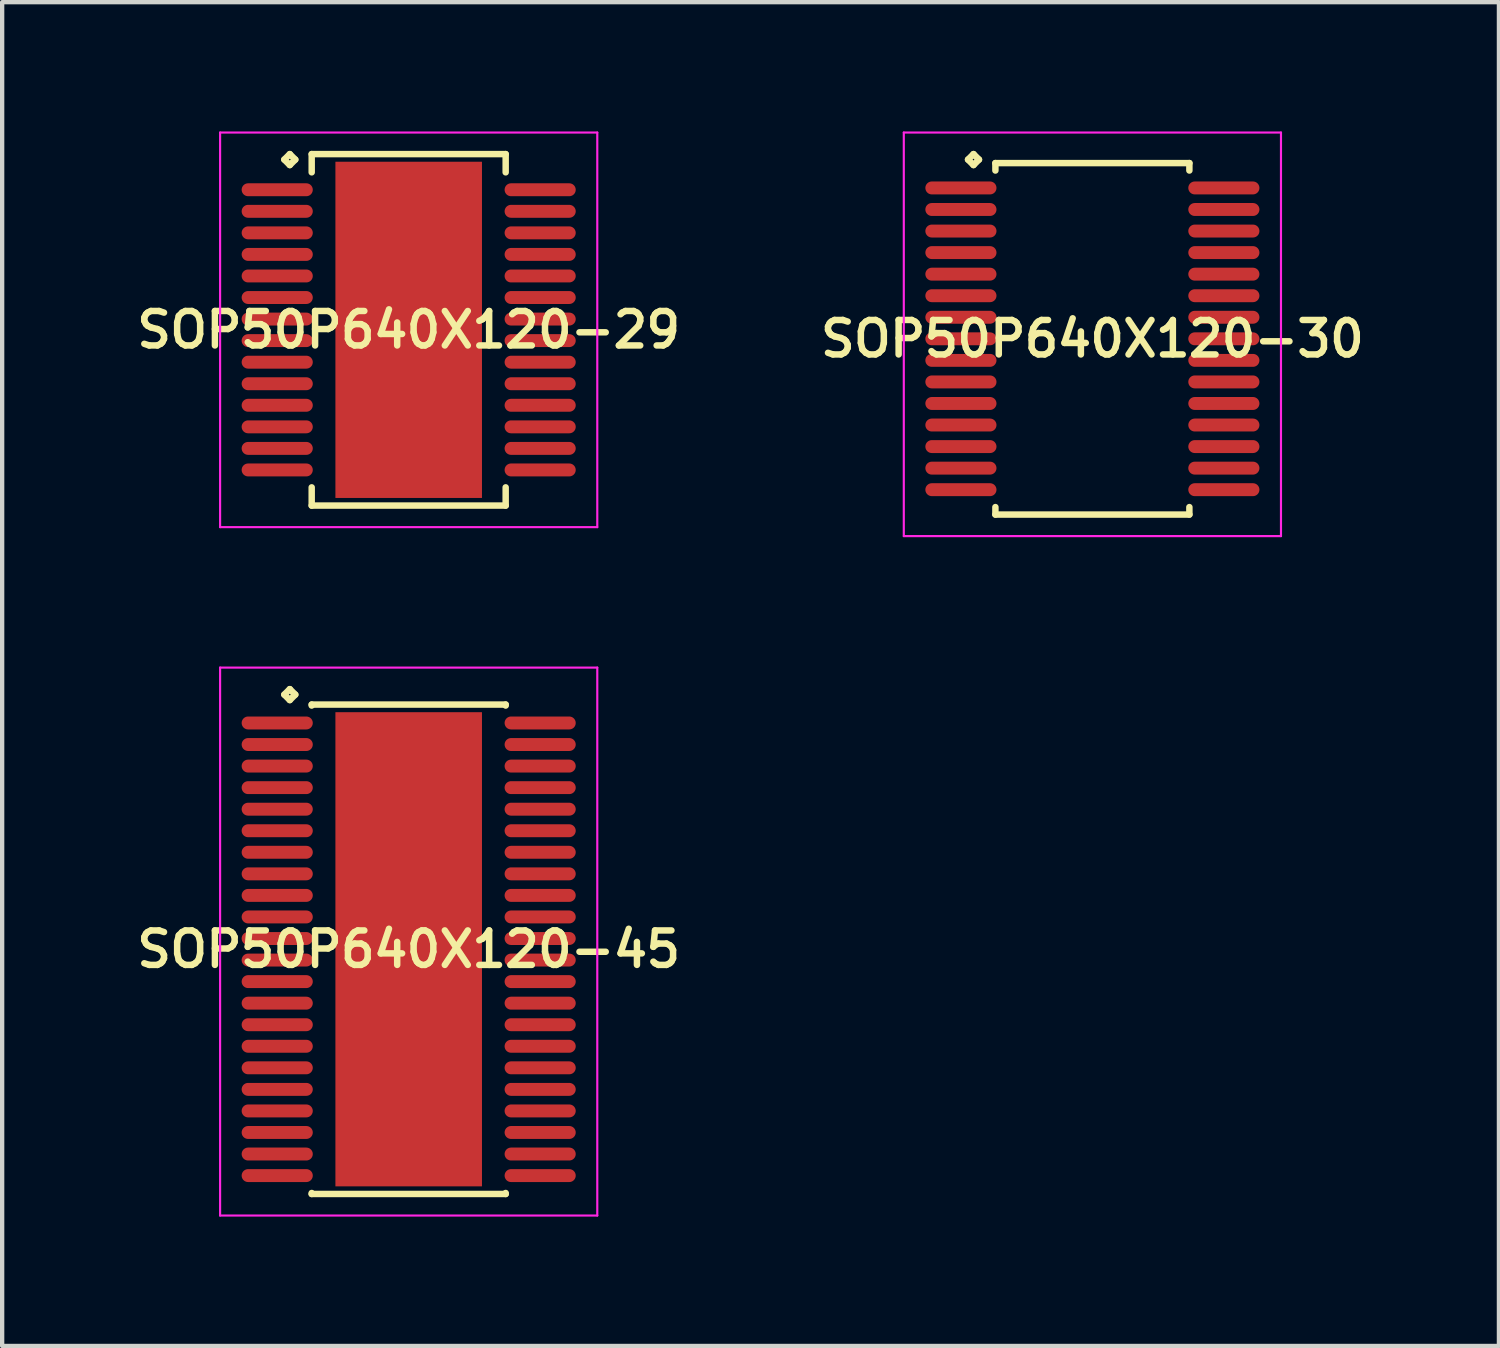
<source format=kicad_pcb>
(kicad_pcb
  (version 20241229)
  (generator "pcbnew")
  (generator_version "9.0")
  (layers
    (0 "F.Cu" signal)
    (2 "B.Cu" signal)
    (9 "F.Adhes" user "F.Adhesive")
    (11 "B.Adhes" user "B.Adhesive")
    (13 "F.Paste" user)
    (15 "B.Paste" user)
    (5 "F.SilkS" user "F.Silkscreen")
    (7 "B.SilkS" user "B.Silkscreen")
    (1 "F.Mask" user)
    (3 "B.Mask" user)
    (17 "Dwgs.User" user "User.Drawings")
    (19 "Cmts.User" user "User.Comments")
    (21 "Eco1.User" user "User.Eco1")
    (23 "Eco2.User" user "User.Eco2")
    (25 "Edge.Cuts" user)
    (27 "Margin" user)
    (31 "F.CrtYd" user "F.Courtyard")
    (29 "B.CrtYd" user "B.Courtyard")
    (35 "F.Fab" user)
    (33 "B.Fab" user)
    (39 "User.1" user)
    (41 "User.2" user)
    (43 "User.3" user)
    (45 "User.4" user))
  (footprint "SOP50P640X120-45"
    (layer "F.Cu")
    (at 6.431 18.972)
    (property "Reference" "SOP50P640X120-45" (at 0 0 0) (layer "F.SilkS") (effects (font (size 0.8 0.8) (thickness 0.15))))
    (attr smd)
    (fp_line (start -2.885 -5.908) (end -2.758 -6.035) (stroke (width 0.15) (type solid)) (layer "F.SilkS"))
    (fp_line (start -2.758 -6.035) (end -2.631 -5.908) (stroke (width 0.15) (type solid)) (layer "F.SilkS"))
    (fp_line (start -2.758 -5.781) (end -2.885 -5.908) (stroke (width 0.15) (type solid)) (layer "F.SilkS"))
    (fp_line (start -2.631 -5.908) (end -2.758 -5.781) (stroke (width 0.15) (type solid)) (layer "F.SilkS"))
    (fp_line (start -2.25 -5.677) (end 2.25 -5.677) (stroke (width 0.15) (type solid)) (layer "F.SilkS"))
    (fp_line (start -2.25 -5.654) (end -2.25 -5.677) (stroke (width 0.15) (type solid)) (layer "F.SilkS"))
    (fp_line (start -2.25 5.654) (end -2.25 5.677) (stroke (width 0.15) (type solid)) (layer "F.SilkS"))
    (fp_line (start -2.25 5.677) (end 2.25 5.677) (stroke (width 0.15) (type solid)) (layer "F.SilkS"))
    (fp_line (start 2.25 -5.677) (end 2.25 -5.654) (stroke (width 0.15) (type solid)) (layer "F.SilkS"))
    (fp_line (start 2.25 5.677) (end 2.25 5.654) (stroke (width 0.15) (type solid)) (layer "F.SilkS"))
    (fp_line (start -4.375 -6.535) (end 4.375 -6.535) (stroke (width 0.05) (type solid)) (layer "F.CrtYd"))
    (fp_line (start -4.375 6.177) (end -4.375 -6.535) (stroke (width 0.05) (type solid)) (layer "F.CrtYd"))
    (fp_line (start 4.375 -6.535) (end 4.375 6.177) (stroke (width 0.05) (type solid)) (layer "F.CrtYd"))
    (fp_line (start 4.375 6.177) (end -4.375 6.177) (stroke (width 0.05) (type solid)) (layer "F.CrtYd"))
    (pad "1" smd oval (at -3.05 -5.25) (size 1.65 0.3) (layers "F.Cu" "F.Mask" "F.Paste"))
    (pad "2" smd oval (at -3.05 -4.75) (size 1.65 0.3) (layers "F.Cu" "F.Mask" "F.Paste"))
    (pad "3" smd oval (at -3.05 -4.25) (size 1.65 0.3) (layers "F.Cu" "F.Mask" "F.Paste"))
    (pad "4" smd oval (at -3.05 -3.75) (size 1.65 0.3) (layers "F.Cu" "F.Mask" "F.Paste"))
    (pad "5" smd oval (at -3.05 -3.25) (size 1.65 0.3) (layers "F.Cu" "F.Mask" "F.Paste"))
    (pad "6" smd oval (at -3.05 -2.75) (size 1.65 0.3) (layers "F.Cu" "F.Mask" "F.Paste"))
    (pad "7" smd oval (at -3.05 -2.25) (size 1.65 0.3) (layers "F.Cu" "F.Mask" "F.Paste"))
    (pad "8" smd oval (at -3.05 -1.75) (size 1.65 0.3) (layers "F.Cu" "F.Mask" "F.Paste"))
    (pad "9" smd oval (at -3.05 -1.25) (size 1.65 0.3) (layers "F.Cu" "F.Mask" "F.Paste"))
    (pad "10" smd oval (at -3.05 -0.75) (size 1.65 0.3) (layers "F.Cu" "F.Mask" "F.Paste"))
    (pad "11" smd oval (at -3.05 -0.25) (size 1.65 0.3) (layers "F.Cu" "F.Mask" "F.Paste"))
    (pad "12" smd oval (at -3.05 0.25) (size 1.65 0.3) (layers "F.Cu" "F.Mask" "F.Paste"))
    (pad "13" smd oval (at -3.05 0.75) (size 1.65 0.3) (layers "F.Cu" "F.Mask" "F.Paste"))
    (pad "14" smd oval (at -3.05 1.25) (size 1.65 0.3) (layers "F.Cu" "F.Mask" "F.Paste"))
    (pad "15" smd oval (at -3.05 1.75) (size 1.65 0.3) (layers "F.Cu" "F.Mask" "F.Paste"))
    (pad "16" smd oval (at -3.05 2.25) (size 1.65 0.3) (layers "F.Cu" "F.Mask" "F.Paste"))
    (pad "17" smd oval (at -3.05 2.75) (size 1.65 0.3) (layers "F.Cu" "F.Mask" "F.Paste"))
    (pad "18" smd oval (at -3.05 3.25) (size 1.65 0.3) (layers "F.Cu" "F.Mask" "F.Paste"))
    (pad "19" smd oval (at -3.05 3.75) (size 1.65 0.3) (layers "F.Cu" "F.Mask" "F.Paste"))
    (pad "20" smd oval (at -3.05 4.25) (size 1.65 0.3) (layers "F.Cu" "F.Mask" "F.Paste"))
    (pad "21" smd oval (at -3.05 4.75) (size 1.65 0.3) (layers "F.Cu" "F.Mask" "F.Paste"))
    (pad "22" smd oval (at -3.05 5.25) (size 1.65 0.3) (layers "F.Cu" "F.Mask" "F.Paste"))
    (pad "23" smd oval (at 3.05 5.25) (size 1.65 0.3) (layers "F.Cu" "F.Mask" "F.Paste"))
    (pad "24" smd oval (at 3.05 4.75) (size 1.65 0.3) (layers "F.Cu" "F.Mask" "F.Paste"))
    (pad "25" smd oval (at 3.05 4.25) (size 1.65 0.3) (layers "F.Cu" "F.Mask" "F.Paste"))
    (pad "26" smd oval (at 3.05 3.75) (size 1.65 0.3) (layers "F.Cu" "F.Mask" "F.Paste"))
    (pad "27" smd oval (at 3.05 3.25) (size 1.65 0.3) (layers "F.Cu" "F.Mask" "F.Paste"))
    (pad "28" smd oval (at 3.05 2.75) (size 1.65 0.3) (layers "F.Cu" "F.Mask" "F.Paste"))
    (pad "29" smd oval (at 3.05 2.25) (size 1.65 0.3) (layers "F.Cu" "F.Mask" "F.Paste"))
    (pad "30" smd oval (at 3.05 1.75) (size 1.65 0.3) (layers "F.Cu" "F.Mask" "F.Paste"))
    (pad "31" smd oval (at 3.05 1.25) (size 1.65 0.3) (layers "F.Cu" "F.Mask" "F.Paste"))
    (pad "32" smd oval (at 3.05 0.75) (size 1.65 0.3) (layers "F.Cu" "F.Mask" "F.Paste"))
    (pad "33" smd oval (at 3.05 0.25) (size 1.65 0.3) (layers "F.Cu" "F.Mask" "F.Paste"))
    (pad "34" smd oval (at 3.05 -0.25) (size 1.65 0.3) (layers "F.Cu" "F.Mask" "F.Paste"))
    (pad "35" smd oval (at 3.05 -0.75) (size 1.65 0.3) (layers "F.Cu" "F.Mask" "F.Paste"))
    (pad "36" smd oval (at 3.05 -1.25) (size 1.65 0.3) (layers "F.Cu" "F.Mask" "F.Paste"))
    (pad "37" smd oval (at 3.05 -1.75) (size 1.65 0.3) (layers "F.Cu" "F.Mask" "F.Paste"))
    (pad "38" smd oval (at 3.05 -2.25) (size 1.65 0.3) (layers "F.Cu" "F.Mask" "F.Paste"))
    (pad "39" smd oval (at 3.05 -2.75) (size 1.65 0.3) (layers "F.Cu" "F.Mask" "F.Paste"))
    (pad "40" smd oval (at 3.05 -3.25) (size 1.65 0.3) (layers "F.Cu" "F.Mask" "F.Paste"))
    (pad "41" smd oval (at 3.05 -3.75) (size 1.65 0.3) (layers "F.Cu" "F.Mask" "F.Paste"))
    (pad "42" smd oval (at 3.05 -4.25) (size 1.65 0.3) (layers "F.Cu" "F.Mask" "F.Paste"))
    (pad "43" smd oval (at 3.05 -4.75) (size 1.65 0.3) (layers "F.Cu" "F.Mask" "F.Paste"))
    (pad "44" smd oval (at 3.05 -5.25) (size 1.65 0.3) (layers "F.Cu" "F.Mask" "F.Paste"))
    (pad "45" smd rect (at 0 0) (size 3.4 11) (layers "F.Cu" "F.Mask" "F.Paste")))
  (footprint "SOP50P640X120-29"
    (layer "F.Cu")
    (at 6.431 4.602)
    (property "Reference" "SOP50P640X120-29" (at 0 0 0) (layer "F.SilkS") (effects (font (size 0.8 0.8) (thickness 0.15))))
    (attr smd)
    (fp_line (start -2.885 -3.95) (end -2.758 -4.077) (stroke (width 0.15) (type solid)) (layer "F.SilkS"))
    (fp_line (start -2.758 -4.077) (end -2.631 -3.95) (stroke (width 0.15) (type solid)) (layer "F.SilkS"))
    (fp_line (start -2.758 -3.823) (end -2.885 -3.95) (stroke (width 0.15) (type solid)) (layer "F.SilkS"))
    (fp_line (start -2.631 -3.95) (end -2.758 -3.823) (stroke (width 0.15) (type solid)) (layer "F.SilkS"))
    (fp_line (start -2.25 -4.077) (end 2.25 -4.077) (stroke (width 0.15) (type solid)) (layer "F.SilkS"))
    (fp_line (start -2.25 -3.654) (end -2.25 -4.077) (stroke (width 0.15) (type solid)) (layer "F.SilkS"))
    (fp_line (start -2.25 3.654) (end -2.25 4.077) (stroke (width 0.15) (type solid)) (layer "F.SilkS"))
    (fp_line (start -2.25 4.077) (end 2.25 4.077) (stroke (width 0.15) (type solid)) (layer "F.SilkS"))
    (fp_line (start 2.25 -4.077) (end 2.25 -3.654) (stroke (width 0.15) (type solid)) (layer "F.SilkS"))
    (fp_line (start 2.25 4.077) (end 2.25 3.654) (stroke (width 0.15) (type solid)) (layer "F.SilkS"))
    (fp_line (start -4.375 -4.577) (end 4.375 -4.577) (stroke (width 0.05) (type solid)) (layer "F.CrtYd"))
    (fp_line (start -4.375 4.577) (end -4.375 -4.577) (stroke (width 0.05) (type solid)) (layer "F.CrtYd"))
    (fp_line (start 4.375 -4.577) (end 4.375 4.577) (stroke (width 0.05) (type solid)) (layer "F.CrtYd"))
    (fp_line (start 4.375 4.577) (end -4.375 4.577) (stroke (width 0.05) (type solid)) (layer "F.CrtYd"))
    (pad "1" smd oval (at -3.05 -3.25) (size 1.65 0.3) (layers "F.Cu" "F.Mask" "F.Paste"))
    (pad "2" smd oval (at -3.05 -2.75) (size 1.65 0.3) (layers "F.Cu" "F.Mask" "F.Paste"))
    (pad "3" smd oval (at -3.05 -2.25) (size 1.65 0.3) (layers "F.Cu" "F.Mask" "F.Paste"))
    (pad "4" smd oval (at -3.05 -1.75) (size 1.65 0.3) (layers "F.Cu" "F.Mask" "F.Paste"))
    (pad "5" smd oval (at -3.05 -1.25) (size 1.65 0.3) (layers "F.Cu" "F.Mask" "F.Paste"))
    (pad "6" smd oval (at -3.05 -0.75) (size 1.65 0.3) (layers "F.Cu" "F.Mask" "F.Paste"))
    (pad "7" smd oval (at -3.05 -0.25) (size 1.65 0.3) (layers "F.Cu" "F.Mask" "F.Paste"))
    (pad "8" smd oval (at -3.05 0.25) (size 1.65 0.3) (layers "F.Cu" "F.Mask" "F.Paste"))
    (pad "9" smd oval (at -3.05 0.75) (size 1.65 0.3) (layers "F.Cu" "F.Mask" "F.Paste"))
    (pad "10" smd oval (at -3.05 1.25) (size 1.65 0.3) (layers "F.Cu" "F.Mask" "F.Paste"))
    (pad "11" smd oval (at -3.05 1.75) (size 1.65 0.3) (layers "F.Cu" "F.Mask" "F.Paste"))
    (pad "12" smd oval (at -3.05 2.25) (size 1.65 0.3) (layers "F.Cu" "F.Mask" "F.Paste"))
    (pad "13" smd oval (at -3.05 2.75) (size 1.65 0.3) (layers "F.Cu" "F.Mask" "F.Paste"))
    (pad "14" smd oval (at -3.05 3.25) (size 1.65 0.3) (layers "F.Cu" "F.Mask" "F.Paste"))
    (pad "15" smd oval (at 3.05 3.25) (size 1.65 0.3) (layers "F.Cu" "F.Mask" "F.Paste"))
    (pad "16" smd oval (at 3.05 2.75) (size 1.65 0.3) (layers "F.Cu" "F.Mask" "F.Paste"))
    (pad "17" smd oval (at 3.05 2.25) (size 1.65 0.3) (layers "F.Cu" "F.Mask" "F.Paste"))
    (pad "18" smd oval (at 3.05 1.75) (size 1.65 0.3) (layers "F.Cu" "F.Mask" "F.Paste"))
    (pad "19" smd oval (at 3.05 1.25) (size 1.65 0.3) (layers "F.Cu" "F.Mask" "F.Paste"))
    (pad "20" smd oval (at 3.05 0.75) (size 1.65 0.3) (layers "F.Cu" "F.Mask" "F.Paste"))
    (pad "21" smd oval (at 3.05 0.25) (size 1.65 0.3) (layers "F.Cu" "F.Mask" "F.Paste"))
    (pad "22" smd oval (at 3.05 -0.25) (size 1.65 0.3) (layers "F.Cu" "F.Mask" "F.Paste"))
    (pad "23" smd oval (at 3.05 -0.75) (size 1.65 0.3) (layers "F.Cu" "F.Mask" "F.Paste"))
    (pad "24" smd oval (at 3.05 -1.25) (size 1.65 0.3) (layers "F.Cu" "F.Mask" "F.Paste"))
    (pad "25" smd oval (at 3.05 -1.75) (size 1.65 0.3) (layers "F.Cu" "F.Mask" "F.Paste"))
    (pad "26" smd oval (at 3.05 -2.25) (size 1.65 0.3) (layers "F.Cu" "F.Mask" "F.Paste"))
    (pad "27" smd oval (at 3.05 -2.75) (size 1.65 0.3) (layers "F.Cu" "F.Mask" "F.Paste"))
    (pad "28" smd oval (at 3.05 -3.25) (size 1.65 0.3) (layers "F.Cu" "F.Mask" "F.Paste"))
    (pad "29" smd rect (at 0 0) (size 3.4 7.8) (layers "F.Cu" "F.Mask" "F.Paste")))
  (footprint "SOP50P640X120-30"
    (layer "F.Cu")
    (at 22.292 4.81)
    (property "Reference" "SOP50P640X120-30" (at 0 0 0) (layer "F.SilkS") (effects (font (size 0.8 0.8) (thickness 0.15))))
    (attr smd)
    (fp_line (start -2.885 -4.158) (end -2.758 -4.285) (stroke (width 0.15) (type solid)) (layer "F.SilkS"))
    (fp_line (start -2.758 -4.285) (end -2.631 -4.158) (stroke (width 0.15) (type solid)) (layer "F.SilkS"))
    (fp_line (start -2.758 -4.031) (end -2.885 -4.158) (stroke (width 0.15) (type solid)) (layer "F.SilkS"))
    (fp_line (start -2.631 -4.158) (end -2.758 -4.031) (stroke (width 0.15) (type solid)) (layer "F.SilkS"))
    (fp_line (start -2.25 -4.077) (end 2.25 -4.077) (stroke (width 0.15) (type solid)) (layer "F.SilkS"))
    (fp_line (start -2.25 -3.904) (end -2.25 -4.077) (stroke (width 0.15) (type solid)) (layer "F.SilkS"))
    (fp_line (start -2.25 3.904) (end -2.25 4.077) (stroke (width 0.15) (type solid)) (layer "F.SilkS"))
    (fp_line (start -2.25 4.077) (end 2.25 4.077) (stroke (width 0.15) (type solid)) (layer "F.SilkS"))
    (fp_line (start 2.25 -4.077) (end 2.25 -3.904) (stroke (width 0.15) (type solid)) (layer "F.SilkS"))
    (fp_line (start 2.25 4.077) (end 2.25 3.904) (stroke (width 0.15) (type solid)) (layer "F.SilkS"))
    (fp_line (start -4.375 -4.785) (end 4.375 -4.785) (stroke (width 0.05) (type solid)) (layer "F.CrtYd"))
    (fp_line (start -4.375 4.577) (end -4.375 -4.785) (stroke (width 0.05) (type solid)) (layer "F.CrtYd"))
    (fp_line (start 4.375 -4.785) (end 4.375 4.577) (stroke (width 0.05) (type solid)) (layer "F.CrtYd"))
    (fp_line (start 4.375 4.577) (end -4.375 4.577) (stroke (width 0.05) (type solid)) (layer "F.CrtYd"))
    (pad "1" smd oval (at -3.05 -3.5) (size 1.65 0.3) (layers "F.Cu" "F.Mask" "F.Paste"))
    (pad "2" smd oval (at -3.05 -3) (size 1.65 0.3) (layers "F.Cu" "F.Mask" "F.Paste"))
    (pad "3" smd oval (at -3.05 -2.5) (size 1.65 0.3) (layers "F.Cu" "F.Mask" "F.Paste"))
    (pad "4" smd oval (at -3.05 -2) (size 1.65 0.3) (layers "F.Cu" "F.Mask" "F.Paste"))
    (pad "5" smd oval (at -3.05 -1.5) (size 1.65 0.3) (layers "F.Cu" "F.Mask" "F.Paste"))
    (pad "6" smd oval (at -3.05 -1) (size 1.65 0.3) (layers "F.Cu" "F.Mask" "F.Paste"))
    (pad "7" smd oval (at -3.05 -0.5) (size 1.65 0.3) (layers "F.Cu" "F.Mask" "F.Paste"))
    (pad "8" smd oval (at -3.05 0) (size 1.65 0.3) (layers "F.Cu" "F.Mask" "F.Paste"))
    (pad "9" smd oval (at -3.05 0.5) (size 1.65 0.3) (layers "F.Cu" "F.Mask" "F.Paste"))
    (pad "10" smd oval (at -3.05 1) (size 1.65 0.3) (layers "F.Cu" "F.Mask" "F.Paste"))
    (pad "11" smd oval (at -3.05 1.5) (size 1.65 0.3) (layers "F.Cu" "F.Mask" "F.Paste"))
    (pad "12" smd oval (at -3.05 2) (size 1.65 0.3) (layers "F.Cu" "F.Mask" "F.Paste"))
    (pad "13" smd oval (at -3.05 2.5) (size 1.65 0.3) (layers "F.Cu" "F.Mask" "F.Paste"))
    (pad "14" smd oval (at -3.05 3) (size 1.65 0.3) (layers "F.Cu" "F.Mask" "F.Paste"))
    (pad "15" smd oval (at -3.05 3.5) (size 1.65 0.3) (layers "F.Cu" "F.Mask" "F.Paste"))
    (pad "16" smd oval (at 3.05 3.5) (size 1.65 0.3) (layers "F.Cu" "F.Mask" "F.Paste"))
    (pad "17" smd oval (at 3.05 3) (size 1.65 0.3) (layers "F.Cu" "F.Mask" "F.Paste"))
    (pad "18" smd oval (at 3.05 2.5) (size 1.65 0.3) (layers "F.Cu" "F.Mask" "F.Paste"))
    (pad "19" smd oval (at 3.05 2) (size 1.65 0.3) (layers "F.Cu" "F.Mask" "F.Paste"))
    (pad "20" smd oval (at 3.05 1.5) (size 1.65 0.3) (layers "F.Cu" "F.Mask" "F.Paste"))
    (pad "21" smd oval (at 3.05 1) (size 1.65 0.3) (layers "F.Cu" "F.Mask" "F.Paste"))
    (pad "22" smd oval (at 3.05 0.5) (size 1.65 0.3) (layers "F.Cu" "F.Mask" "F.Paste"))
    (pad "23" smd oval (at 3.05 0) (size 1.65 0.3) (layers "F.Cu" "F.Mask" "F.Paste"))
    (pad "24" smd oval (at 3.05 -0.5) (size 1.65 0.3) (layers "F.Cu" "F.Mask" "F.Paste"))
    (pad "25" smd oval (at 3.05 -1) (size 1.65 0.3) (layers "F.Cu" "F.Mask" "F.Paste"))
    (pad "26" smd oval (at 3.05 -1.5) (size 1.65 0.3) (layers "F.Cu" "F.Mask" "F.Paste"))
    (pad "27" smd oval (at 3.05 -2) (size 1.65 0.3) (layers "F.Cu" "F.Mask" "F.Paste"))
    (pad "28" smd oval (at 3.05 -2.5) (size 1.65 0.3) (layers "F.Cu" "F.Mask" "F.Paste"))
    (pad "29" smd oval (at 3.05 -3) (size 1.65 0.3) (layers "F.Cu" "F.Mask" "F.Paste"))
    (pad "30" smd oval (at 3.05 -3.5) (size 1.65 0.3) (layers "F.Cu" "F.Mask" "F.Paste")))
  (gr_rect
    (start -3 -3)
    (end 31.723 28.174)
    (stroke (width 0.1) (type default))
    (fill no)
    (layer "Edge.Cuts")))
</source>
